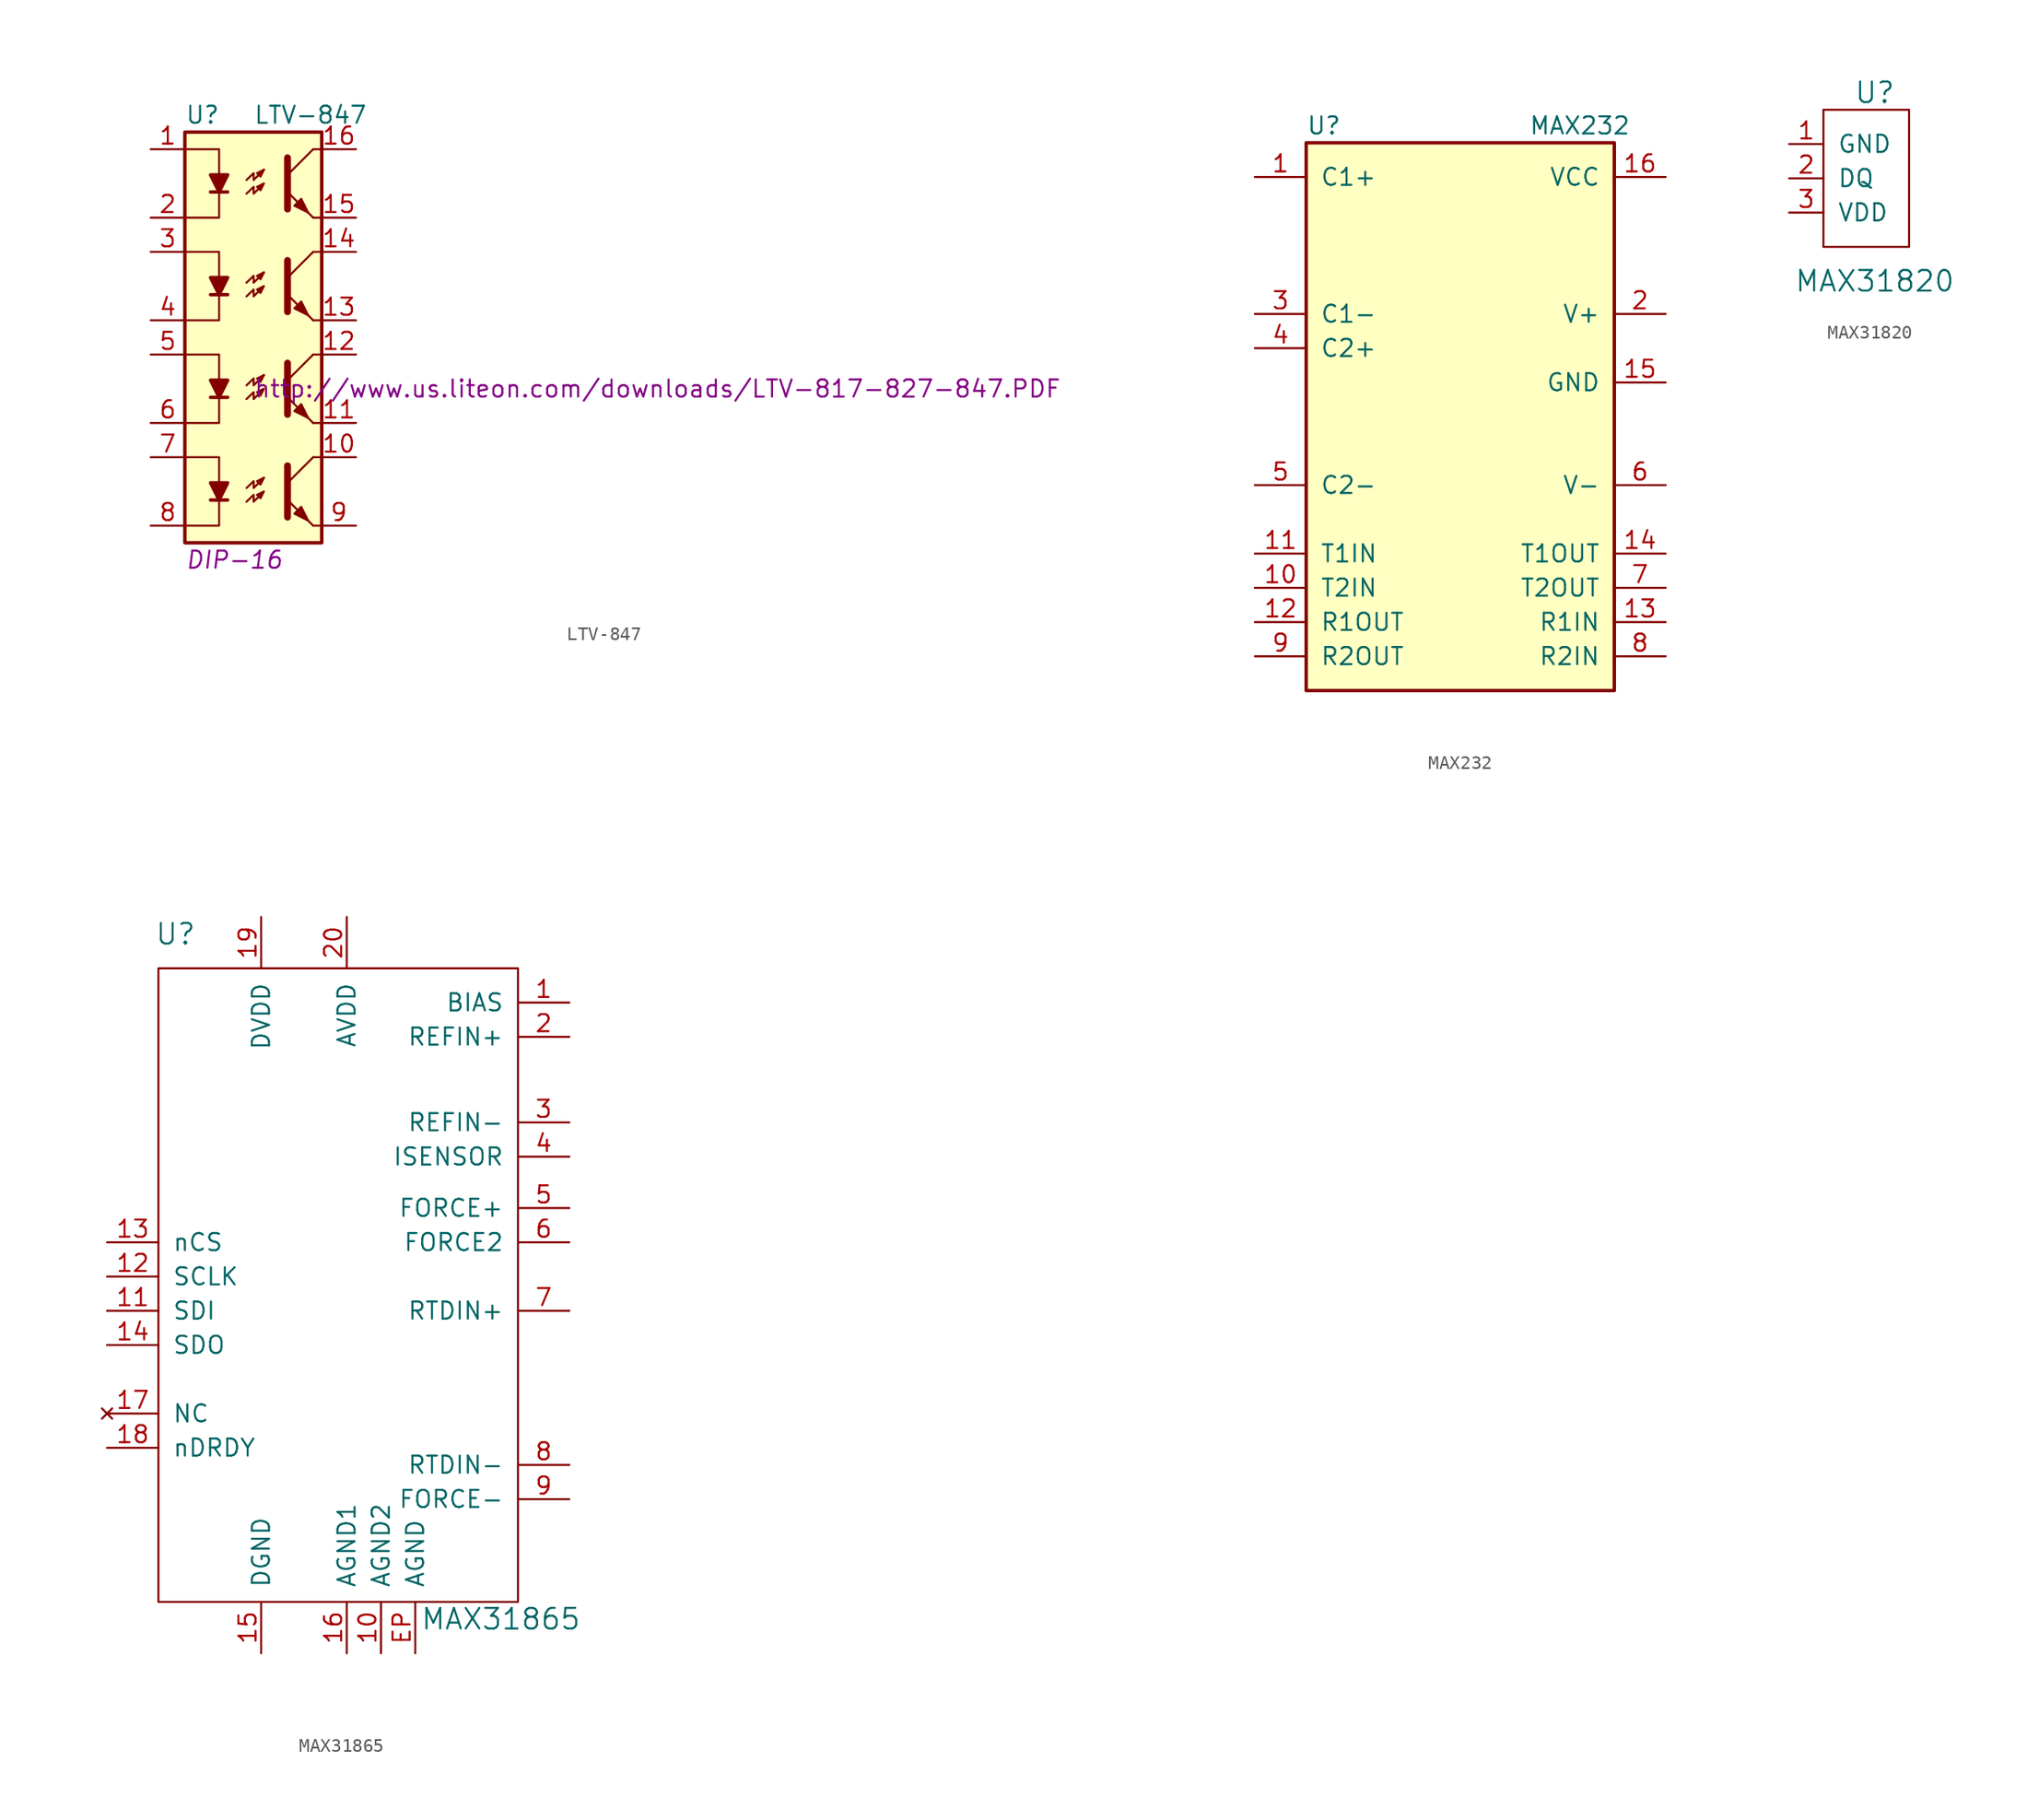
<source format=kicad_sym>
(kicad_symbol_lib
  (version 20211014)
  (generator kicad_symbol_editor)
  (symbol "LTV-847"
    (pin_names
      (offset 1.016))
    (property "Reference" "U"
      (at -5.08 17.78 0)
      (effects (font (size 1.27 1.27)) (justify left)))
    (property "Value" "LTV-847"
      (at 0 17.78 0)
      (effects (font (size 1.27 1.27)) (justify left)))
    (property "Footprint" "DIP-16"
      (at -5.08 -15.24 0)
      (effects (font (size 1.27 1.27) italic) (justify left)))
    (property "Datasheet" "http://www.us.liteon.com/downloads/LTV-817-827-847.PDF"
      (at 0 -2.54 0)
      (effects (font (size 1.27 1.27)) (justify left)))
    (symbol "LTV-847_0_1"
      (rectangle (start -5.08 16.51) (end 5.08 -13.97) (stroke (width 0.254) (type default) (color 0 0 0 0)) (fill (type background)))
      (polyline (pts (xy -3.175 -10.795) (xy -1.905 -10.795)) (stroke (width 0.254) (type default) (color 0 0 0 0)) (fill (type none)))
      (polyline (pts (xy -3.175 -3.175) (xy -1.905 -3.175)) (stroke (width 0.254) (type default) (color 0 0 0 0)) (fill (type none)))
      (polyline (pts (xy -3.175 4.445) (xy -1.905 4.445)) (stroke (width 0.254) (type default) (color 0 0 0 0)) (fill (type none)))
      (polyline (pts (xy -3.175 12.065) (xy -1.905 12.065)) (stroke (width 0.254) (type default) (color 0 0 0 0)) (fill (type none)))
      (polyline (pts (xy 2.54 -9.525) (xy 4.445 -7.62)) (stroke (width 0) (type default) (color 0 0 0 0)) (fill (type none)))
      (polyline (pts (xy 2.54 -1.905) (xy 4.445 0)) (stroke (width 0) (type default) (color 0 0 0 0)) (fill (type none)))
      (polyline (pts (xy 2.54 5.715) (xy 4.445 7.62)) (stroke (width 0) (type default) (color 0 0 0 0)) (fill (type none)))
      (polyline (pts (xy 2.54 13.335) (xy 4.445 15.24)) (stroke (width 0) (type default) (color 0 0 0 0)) (fill (type none)))
      (polyline (pts (xy 4.445 -12.7) (xy 2.54 -10.795)) (stroke (width 0) (type default) (color 0 0 0 0)) (fill (type outline)))
      (polyline (pts (xy 4.445 -12.7) (xy 5.08 -12.7)) (stroke (width 0) (type default) (color 0 0 0 0)) (fill (type none)))
      (polyline (pts (xy 4.445 -7.62) (xy 5.08 -7.62)) (stroke (width 0) (type default) (color 0 0 0 0)) (fill (type none)))
      (polyline (pts (xy 4.445 -5.08) (xy 2.54 -3.175)) (stroke (width 0) (type default) (color 0 0 0 0)) (fill (type outline)))
      (polyline (pts (xy 4.445 -5.08) (xy 5.08 -5.08)) (stroke (width 0) (type default) (color 0 0 0 0)) (fill (type none)))
      (polyline (pts (xy 4.445 0) (xy 5.08 0)) (stroke (width 0) (type default) (color 0 0 0 0)) (fill (type none)))
      (polyline (pts (xy 4.445 2.54) (xy 2.54 4.445)) (stroke (width 0) (type default) (color 0 0 0 0)) (fill (type outline)))
      (polyline (pts (xy 4.445 2.54) (xy 5.08 2.54)) (stroke (width 0) (type default) (color 0 0 0 0)) (fill (type none)))
      (polyline (pts (xy 4.445 7.62) (xy 5.08 7.62)) (stroke (width 0) (type default) (color 0 0 0 0)) (fill (type none)))
      (polyline (pts (xy 4.445 10.16) (xy 2.54 12.065)) (stroke (width 0) (type default) (color 0 0 0 0)) (fill (type outline)))
      (polyline (pts (xy 4.445 10.16) (xy 5.08 10.16)) (stroke (width 0) (type default) (color 0 0 0 0)) (fill (type none)))
      (polyline (pts (xy 4.445 15.24) (xy 5.08 15.24)) (stroke (width 0) (type default) (color 0 0 0 0)) (fill (type none)))
      (polyline (pts (xy -5.08 -7.62) (xy -2.54 -7.62) (xy -2.54 -9.525)) (stroke (width 0) (type default) (color 0 0 0 0)) (fill (type none)))
      (polyline (pts (xy -5.08 0) (xy -2.54 0) (xy -2.54 -1.905)) (stroke (width 0) (type default) (color 0 0 0 0)) (fill (type none)))
      (polyline (pts (xy -5.08 7.62) (xy -2.54 7.62) (xy -2.54 5.715)) (stroke (width 0) (type default) (color 0 0 0 0)) (fill (type none)))
      (polyline (pts (xy -5.08 15.24) (xy -2.54 15.24) (xy -2.54 13.335)) (stroke (width 0) (type default) (color 0 0 0 0)) (fill (type none)))
      (polyline (pts (xy -2.54 -10.795) (xy -2.54 -12.7) (xy -5.08 -12.7)) (stroke (width 0) (type default) (color 0 0 0 0)) (fill (type none)))
      (polyline (pts (xy -2.54 -3.175) (xy -2.54 -5.08) (xy -5.08 -5.08)) (stroke (width 0) (type default) (color 0 0 0 0)) (fill (type none)))
      (polyline (pts (xy -2.54 4.445) (xy -2.54 2.54) (xy -5.08 2.54)) (stroke (width 0) (type default) (color 0 0 0 0)) (fill (type none)))
      (polyline (pts (xy -2.54 12.065) (xy -2.54 10.16) (xy -5.08 10.16)) (stroke (width 0) (type default) (color 0 0 0 0)) (fill (type none)))
      (polyline (pts (xy 2.54 -8.255) (xy 2.54 -12.065) (xy 2.54 -12.065)) (stroke (width 0.508) (type default) (color 0 0 0 0)) (fill (type none)))
      (polyline (pts (xy 2.54 -0.635) (xy 2.54 -4.445) (xy 2.54 -4.445)) (stroke (width 0.508) (type default) (color 0 0 0 0)) (fill (type none)))
      (polyline (pts (xy 2.54 6.985) (xy 2.54 3.175) (xy 2.54 3.175)) (stroke (width 0.508) (type default) (color 0 0 0 0)) (fill (type none)))
      (polyline (pts (xy 2.54 14.605) (xy 2.54 10.795) (xy 2.54 10.795)) (stroke (width 0.508) (type default) (color 0 0 0 0)) (fill (type none)))
      (polyline (pts (xy -2.54 -10.795) (xy -3.175 -9.525) (xy -1.905 -9.525) (xy -2.54 -10.795)) (stroke (width 0.254) (type default) (color 0 0 0 0)) (fill (type outline)))
      (polyline (pts (xy -2.54 -3.175) (xy -3.175 -1.905) (xy -1.905 -1.905) (xy -2.54 -3.175)) (stroke (width 0.254) (type default) (color 0 0 0 0)) (fill (type outline)))
      (polyline (pts (xy -2.54 4.445) (xy -3.175 5.715) (xy -1.905 5.715) (xy -2.54 4.445)) (stroke (width 0.254) (type default) (color 0 0 0 0)) (fill (type outline)))
      (polyline (pts (xy -2.54 12.065) (xy -3.175 13.335) (xy -1.905 13.335) (xy -2.54 12.065)) (stroke (width 0.254) (type default) (color 0 0 0 0)) (fill (type outline)))
      (polyline (pts (xy -0.508 -9.906) (xy 0.025 -9.398) (xy 0.025 -9.906) (xy 0.787 -9.144)) (stroke (width 0) (type default) (color 0 0 0 0)) (fill (type none)))
      (polyline (pts (xy -0.508 -2.286) (xy 0.025 -1.778) (xy 0.025 -2.286) (xy 0.787 -1.524)) (stroke (width 0) (type default) (color 0 0 0 0)) (fill (type none)))
      (polyline (pts (xy -0.508 5.334) (xy 0.025 5.842) (xy 0.025 5.334) (xy 0.787 6.096)) (stroke (width 0) (type default) (color 0 0 0 0)) (fill (type none)))
      (polyline (pts (xy -0.508 12.954) (xy 0.025 13.462) (xy 0.025 12.954) (xy 0.787 13.716)) (stroke (width 0) (type default) (color 0 0 0 0)) (fill (type none)))
      (polyline (pts (xy 0.787 -9.144) (xy 0.279 -9.398) (xy 0.533 -9.652) (xy 0.787 -9.144)) (stroke (width 0) (type default) (color 0 0 0 0)) (fill (type none)))
      (polyline (pts (xy 0.787 -1.524) (xy 0.279 -1.778) (xy 0.533 -2.032) (xy 0.787 -1.524)) (stroke (width 0) (type default) (color 0 0 0 0)) (fill (type none)))
      (polyline (pts (xy 0.787 6.096) (xy 0.279 5.842) (xy 0.533 5.588) (xy 0.787 6.096)) (stroke (width 0) (type default) (color 0 0 0 0)) (fill (type none)))
      (polyline (pts (xy 0.787 13.716) (xy 0.279 13.462) (xy 0.533 13.208) (xy 0.787 13.716)) (stroke (width 0) (type default) (color 0 0 0 0)) (fill (type none)))
      (polyline (pts (xy 3.048 -11.811) (xy 3.556 -11.303) (xy 4.064 -12.319) (xy 3.048 -11.811) (xy 3.048 -11.811)) (stroke (width 0) (type default) (color 0 0 0 0)) (fill (type outline)))
      (polyline (pts (xy 3.048 -4.191) (xy 3.556 -3.683) (xy 4.064 -4.699) (xy 3.048 -4.191) (xy 3.048 -4.191)) (stroke (width 0) (type default) (color 0 0 0 0)) (fill (type outline)))
      (polyline (pts (xy 3.048 3.429) (xy 3.556 3.937) (xy 4.064 2.921) (xy 3.048 3.429) (xy 3.048 3.429)) (stroke (width 0) (type default) (color 0 0 0 0)) (fill (type outline)))
      (polyline (pts (xy 3.048 11.049) (xy 3.556 11.557) (xy 4.064 10.541) (xy 3.048 11.049) (xy 3.048 11.049)) (stroke (width 0) (type default) (color 0 0 0 0)) (fill (type outline)))
      (polyline (pts (xy -0.508 -10.922) (xy 0.025 -10.414) (xy 0.025 -10.922) (xy 0.787 -10.16) (xy 0.279 -10.414) (xy 0.533 -10.668) (xy 0.787 -10.16)) (stroke (width 0) (type default) (color 0 0 0 0)) (fill (type none)))
      (polyline (pts (xy -0.508 -3.302) (xy 0.025 -2.794) (xy 0.025 -3.302) (xy 0.787 -2.54) (xy 0.279 -2.794) (xy 0.533 -3.048) (xy 0.787 -2.54)) (stroke (width 0) (type default) (color 0 0 0 0)) (fill (type none)))
      (polyline (pts (xy -0.508 4.318) (xy 0.025 4.826) (xy 0.025 4.318) (xy 0.787 5.08) (xy 0.279 4.826) (xy 0.533 4.572) (xy 0.787 5.08)) (stroke (width 0) (type default) (color 0 0 0 0)) (fill (type none)))
      (polyline (pts (xy -0.508 11.938) (xy 0.025 12.446) (xy 0.025 11.938) (xy 0.787 12.7) (xy 0.279 12.446) (xy 0.533 12.192) (xy 0.787 12.7)) (stroke (width 0) (type default) (color 0 0 0 0)) (fill (type none))))
    (symbol "LTV-847_1_1"
      (pin passive line (at -7.62 15.24 0) (length 2.54) (name "~" (effects (font (size 1.27 1.27)))) (number "1" (effects (font (size 1.27 1.27)))))
      (pin passive line (at 7.62 -7.62 180) (length 2.54) (name "~" (effects (font (size 1.27 1.27)))) (number "10" (effects (font (size 1.27 1.27)))))
      (pin passive line (at 7.62 -5.08 180) (length 2.54) (name "~" (effects (font (size 1.27 1.27)))) (number "11" (effects (font (size 1.27 1.27)))))
      (pin passive line (at 7.62 0 180) (length 2.54) (name "~" (effects (font (size 1.27 1.27)))) (number "12" (effects (font (size 1.27 1.27)))))
      (pin passive line (at 7.62 2.54 180) (length 2.54) (name "~" (effects (font (size 1.27 1.27)))) (number "13" (effects (font (size 1.27 1.27)))))
      (pin passive line (at 7.62 7.62 180) (length 2.54) (name "~" (effects (font (size 1.27 1.27)))) (number "14" (effects (font (size 1.27 1.27)))))
      (pin passive line (at 7.62 10.16 180) (length 2.54) (name "~" (effects (font (size 1.27 1.27)))) (number "15" (effects (font (size 1.27 1.27)))))
      (pin passive line (at 7.62 15.24 180) (length 2.54) (name "~" (effects (font (size 1.27 1.27)))) (number "16" (effects (font (size 1.27 1.27)))))
      (pin passive line (at -7.62 10.16 0) (length 2.54) (name "~" (effects (font (size 1.27 1.27)))) (number "2" (effects (font (size 1.27 1.27)))))
      (pin passive line (at -7.62 7.62 0) (length 2.54) (name "~" (effects (font (size 1.27 1.27)))) (number "3" (effects (font (size 1.27 1.27)))))
      (pin passive line (at -7.62 2.54 0) (length 2.54) (name "~" (effects (font (size 1.27 1.27)))) (number "4" (effects (font (size 1.27 1.27)))))
      (pin passive line (at -7.62 0 0) (length 2.54) (name "~" (effects (font (size 1.27 1.27)))) (number "5" (effects (font (size 1.27 1.27)))))
      (pin passive line (at -7.62 -5.08 0) (length 2.54) (name "~" (effects (font (size 1.27 1.27)))) (number "6" (effects (font (size 1.27 1.27)))))
      (pin passive line (at -7.62 -7.62 0) (length 2.54) (name "~" (effects (font (size 1.27 1.27)))) (number "7" (effects (font (size 1.27 1.27)))))
      (pin passive line (at -7.62 -12.7 0) (length 2.54) (name "~" (effects (font (size 1.27 1.27)))) (number "8" (effects (font (size 1.27 1.27)))))
      (pin passive line (at 7.62 -12.7 180) (length 2.54) (name "~" (effects (font (size 1.27 1.27)))) (number "9" (effects (font (size 1.27 1.27)))))))
  (symbol "MAX232"
    (pin_names
      (offset 1.016))
    (property "Reference" "U"
      (at -11.43 21.59 0)
      (effects (font (size 1.27 1.27)) (justify left)))
    (property "Value" "MAX232"
      (at 5.08 21.59 0)
      (effects (font (size 1.27 1.27)) (justify left)))
    (property "Footprint" ""
      (at 0 0 0)
      (effects (font (size 1.27 1.27))))
    (property "Datasheet" ""
      (at 0 0 0)
      (effects (font (size 1.27 1.27))))
    (symbol "MAX232_0_1"
      (rectangle (start -11.43 -20.32) (end 11.43 20.32) (stroke (width 0.254) (type default) (color 0 0 0 0)) (fill (type background))))
    (symbol "MAX232_1_1"
      (pin passive line (at -15.24 17.78 0) (length 3.81) (name "C1+" (effects (font (size 1.27 1.27)))) (number "1" (effects (font (size 1.27 1.27)))))
      (pin input line (at -15.24 -12.7 0) (length 3.81) (name "T2IN" (effects (font (size 1.27 1.27)))) (number "10" (effects (font (size 1.27 1.27)))))
      (pin input line (at -15.24 -10.16 0) (length 3.81) (name "T1IN" (effects (font (size 1.27 1.27)))) (number "11" (effects (font (size 1.27 1.27)))))
      (pin output line (at -15.24 -15.24 0) (length 3.81) (name "R1OUT" (effects (font (size 1.27 1.27)))) (number "12" (effects (font (size 1.27 1.27)))))
      (pin input line (at 15.24 -15.24 180) (length 3.81) (name "R1IN" (effects (font (size 1.27 1.27)))) (number "13" (effects (font (size 1.27 1.27)))))
      (pin output line (at 15.24 -10.16 180) (length 3.81) (name "T1OUT" (effects (font (size 1.27 1.27)))) (number "14" (effects (font (size 1.27 1.27)))))
      (pin passive line (at 15.24 2.54 180) (length 3.81) (name "GND" (effects (font (size 1.27 1.27)))) (number "15" (effects (font (size 1.27 1.27)))))
      (pin passive line (at 15.24 17.78 180) (length 3.81) (name "VCC" (effects (font (size 1.27 1.27)))) (number "16" (effects (font (size 1.27 1.27)))))
      (pin passive line (at 15.24 7.62 180) (length 3.81) (name "V+" (effects (font (size 1.27 1.27)))) (number "2" (effects (font (size 1.27 1.27)))))
      (pin passive line (at -15.24 7.62 0) (length 3.81) (name "C1-" (effects (font (size 1.27 1.27)))) (number "3" (effects (font (size 1.27 1.27)))))
      (pin passive line (at -15.24 5.08 0) (length 3.81) (name "C2+" (effects (font (size 1.27 1.27)))) (number "4" (effects (font (size 1.27 1.27)))))
      (pin passive line (at -15.24 -5.08 0) (length 3.81) (name "C2-" (effects (font (size 1.27 1.27)))) (number "5" (effects (font (size 1.27 1.27)))))
      (pin passive line (at 15.24 -5.08 180) (length 3.81) (name "V-" (effects (font (size 1.27 1.27)))) (number "6" (effects (font (size 1.27 1.27)))))
      (pin output line (at 15.24 -12.7 180) (length 3.81) (name "T2OUT" (effects (font (size 1.27 1.27)))) (number "7" (effects (font (size 1.27 1.27)))))
      (pin input line (at 15.24 -17.78 180) (length 3.81) (name "R2IN" (effects (font (size 1.27 1.27)))) (number "8" (effects (font (size 1.27 1.27)))))
      (pin output line (at -15.24 -17.78 0) (length 3.81) (name "R2OUT" (effects (font (size 1.27 1.27)))) (number "9" (effects (font (size 1.27 1.27)))))))
  (symbol "MAX31820"
    (pin_names
      (offset 1.016))
    (property "Reference" "U"
      (at 0 6.35 0)
      (effects (font (size 1.524 1.524))))
    (property "Value" "MAX31820"
      (at 0 -7.62 0)
      (effects (font (size 1.524 1.524))))
    (property "Footprint" ""
      (at 0 0 0)
      (effects (font (size 1.524 1.524))))
    (property "Datasheet" ""
      (at 0 0 0)
      (effects (font (size 1.524 1.524))))
    (symbol "MAX31820_0_1"
      (rectangle (start -3.81 5.08) (end 2.54 -5.08) (stroke (width 0) (type default) (color 0 0 0 0)) (fill (type none))))
    (symbol "MAX31820_1_1"
      (pin passive line (at -6.35 2.54 0) (length 2.54) (name "GND" (effects (font (size 1.27 1.27)))) (number "1" (effects (font (size 1.27 1.27)))))
      (pin passive line (at -6.35 0 0) (length 2.54) (name "DQ" (effects (font (size 1.27 1.27)))) (number "2" (effects (font (size 1.27 1.27)))))
      (pin passive line (at -6.35 -2.54 0) (length 2.54) (name "VDD" (effects (font (size 1.27 1.27)))) (number "3" (effects (font (size 1.27 1.27)))))))
  (symbol "MAX31865"
    (pin_names
      (offset 1.016))
    (property "Reference" "U"
      (at -11.43 26.67 0)
      (effects (font (size 1.524 1.524))))
    (property "Value" "MAX31865"
      (at 12.7 -24.13 0)
      (effects (font (size 1.524 1.524))))
    (property "Footprint" ""
      (at 0 0 0)
      (effects (font (size 1.524 1.524))))
    (property "Datasheet" ""
      (at 0 0 0)
      (effects (font (size 1.524 1.524))))
    (symbol "MAX31865_0_1"
      (rectangle (start -12.7 24.13) (end 13.97 -22.86) (stroke (width 0) (type default) (color 0 0 0 0)) (fill (type none))))
    (symbol "MAX31865_1_1"
      (pin passive line (at 17.78 21.59 180) (length 3.81) (name "BIAS" (effects (font (size 1.27 1.27)))) (number "1" (effects (font (size 1.27 1.27)))))
      (pin passive line (at 3.81 -26.67 90) (length 3.81) (name "AGND2" (effects (font (size 1.27 1.27)))) (number "10" (effects (font (size 1.27 1.27)))))
      (pin passive line (at -16.51 -1.27 0) (length 3.81) (name "SDI" (effects (font (size 1.27 1.27)))) (number "11" (effects (font (size 1.27 1.27)))))
      (pin passive line (at -16.51 1.27 0) (length 3.81) (name "SCLK" (effects (font (size 1.27 1.27)))) (number "12" (effects (font (size 1.27 1.27)))))
      (pin passive line (at -16.51 3.81 0) (length 3.81) (name "nCS" (effects (font (size 1.27 1.27)))) (number "13" (effects (font (size 1.27 1.27)))))
      (pin passive line (at -16.51 -3.81 0) (length 3.81) (name "SDO" (effects (font (size 1.27 1.27)))) (number "14" (effects (font (size 1.27 1.27)))))
      (pin passive line (at -5.08 -26.67 90) (length 3.81) (name "DGND" (effects (font (size 1.27 1.27)))) (number "15" (effects (font (size 1.27 1.27)))))
      (pin passive line (at 1.27 -26.67 90) (length 3.81) (name "AGND1" (effects (font (size 1.27 1.27)))) (number "16" (effects (font (size 1.27 1.27)))))
      (pin no_connect line (at -16.51 -8.89 0) (length 3.81) (name "NC" (effects (font (size 1.27 1.27)))) (number "17" (effects (font (size 1.27 1.27)))))
      (pin passive line (at -16.51 -11.43 0) (length 3.81) (name "nDRDY" (effects (font (size 1.27 1.27)))) (number "18" (effects (font (size 1.27 1.27)))))
      (pin passive line (at -5.08 27.94 270) (length 3.81) (name "DVDD" (effects (font (size 1.27 1.27)))) (number "19" (effects (font (size 1.27 1.27)))))
      (pin passive line (at 17.78 19.05 180) (length 3.81) (name "REFIN+" (effects (font (size 1.27 1.27)))) (number "2" (effects (font (size 1.27 1.27)))))
      (pin passive line (at 1.27 27.94 270) (length 3.81) (name "AVDD" (effects (font (size 1.27 1.27)))) (number "20" (effects (font (size 1.27 1.27)))))
      (pin passive line (at 17.78 12.7 180) (length 3.81) (name "REFIN-" (effects (font (size 1.27 1.27)))) (number "3" (effects (font (size 1.27 1.27)))))
      (pin passive line (at 17.78 10.16 180) (length 3.81) (name "ISENSOR" (effects (font (size 1.27 1.27)))) (number "4" (effects (font (size 1.27 1.27)))))
      (pin passive line (at 17.78 6.35 180) (length 3.81) (name "FORCE+" (effects (font (size 1.27 1.27)))) (number "5" (effects (font (size 1.27 1.27)))))
      (pin passive line (at 17.78 3.81 180) (length 3.81) (name "FORCE2" (effects (font (size 1.27 1.27)))) (number "6" (effects (font (size 1.27 1.27)))))
      (pin passive line (at 17.78 -1.27 180) (length 3.81) (name "RTDIN+" (effects (font (size 1.27 1.27)))) (number "7" (effects (font (size 1.27 1.27)))))
      (pin passive line (at 17.78 -12.7 180) (length 3.81) (name "RTDIN-" (effects (font (size 1.27 1.27)))) (number "8" (effects (font (size 1.27 1.27)))))
      (pin passive line (at 17.78 -15.24 180) (length 3.81) (name "FORCE-" (effects (font (size 1.27 1.27)))) (number "9" (effects (font (size 1.27 1.27)))))
      (pin passive line (at 6.35 -26.67 90) (length 3.81) (name "AGND" (effects (font (size 1.27 1.27)))) (number "EP" (effects (font (size 1.27 1.27))))))))
</source>
